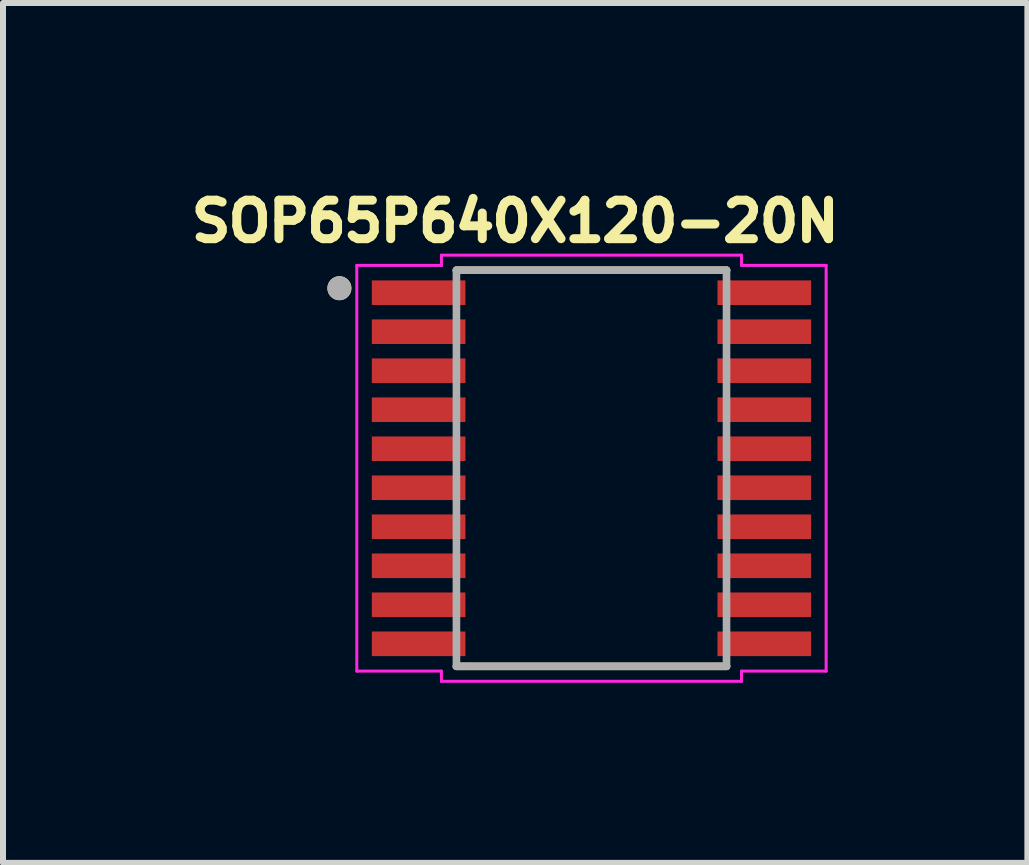
<source format=kicad_pcb>
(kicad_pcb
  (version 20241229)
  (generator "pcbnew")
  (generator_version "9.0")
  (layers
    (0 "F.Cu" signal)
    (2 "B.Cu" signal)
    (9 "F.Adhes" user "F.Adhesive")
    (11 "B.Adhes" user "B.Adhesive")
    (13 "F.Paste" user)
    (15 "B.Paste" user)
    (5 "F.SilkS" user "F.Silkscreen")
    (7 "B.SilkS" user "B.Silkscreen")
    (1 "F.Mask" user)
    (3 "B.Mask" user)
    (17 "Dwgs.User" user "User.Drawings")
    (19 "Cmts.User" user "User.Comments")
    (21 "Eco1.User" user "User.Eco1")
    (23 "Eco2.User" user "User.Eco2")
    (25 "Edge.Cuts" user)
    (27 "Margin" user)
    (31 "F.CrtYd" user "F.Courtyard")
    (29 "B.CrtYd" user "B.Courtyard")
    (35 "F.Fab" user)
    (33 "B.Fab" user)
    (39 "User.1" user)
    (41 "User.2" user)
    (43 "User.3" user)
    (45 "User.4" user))
  (footprint "SOP65P640X120-20N"
    (layer "F.Cu")
    (at 6.805 4.752)
    (property "Reference" "SOP65P640X120-20N" (at -1.27 -4.114 0) (layer "F.SilkS") (effects (font (size 0.641 0.641) (thickness 0.15))))
    (attr smd)
    (fp_line (start -2.25 3.3) (end 2.25 3.3) (stroke (width 0.127) (type solid)) (layer "F.SilkS"))
    (fp_line (start 2.25 -3.3) (end -2.25 -3.3) (stroke (width 0.127) (type solid)) (layer "F.SilkS"))
    (fp_circle (center -4.2 -3) (end -4.1 -3) (stroke (width 0.2) (type solid)) (fill no) (layer "F.SilkS"))
    (fp_line (start -3.91 -3.38) (end -2.5 -3.38) (stroke (width 0.05) (type solid)) (layer "F.CrtYd"))
    (fp_line (start -3.91 3.38) (end -3.91 -3.38) (stroke (width 0.05) (type solid)) (layer "F.CrtYd"))
    (fp_line (start -2.5 -3.55) (end 2.5 -3.55) (stroke (width 0.05) (type solid)) (layer "F.CrtYd"))
    (fp_line (start -2.5 -3.38) (end -2.5 -3.55) (stroke (width 0.05) (type solid)) (layer "F.CrtYd"))
    (fp_line (start -2.5 3.38) (end -3.91 3.38) (stroke (width 0.05) (type solid)) (layer "F.CrtYd"))
    (fp_line (start -2.5 3.55) (end -2.5 3.38) (stroke (width 0.05) (type solid)) (layer "F.CrtYd"))
    (fp_line (start 2.5 -3.55) (end 2.5 -3.38) (stroke (width 0.05) (type solid)) (layer "F.CrtYd"))
    (fp_line (start 2.5 -3.38) (end 3.91 -3.38) (stroke (width 0.05) (type solid)) (layer "F.CrtYd"))
    (fp_line (start 2.5 3.38) (end 2.5 3.55) (stroke (width 0.05) (type solid)) (layer "F.CrtYd"))
    (fp_line (start 2.5 3.55) (end -2.5 3.55) (stroke (width 0.05) (type solid)) (layer "F.CrtYd"))
    (fp_line (start 3.91 -3.38) (end 3.91 3.38) (stroke (width 0.05) (type solid)) (layer "F.CrtYd"))
    (fp_line (start 3.91 3.38) (end 2.5 3.38) (stroke (width 0.05) (type solid)) (layer "F.CrtYd"))
    (fp_line (start -2.25 -3.3) (end 2.25 -3.3) (stroke (width 0.127) (type solid)) (layer "F.Fab"))
    (fp_line (start -2.25 3.3) (end -2.25 -3.3) (stroke (width 0.127) (type solid)) (layer "F.Fab"))
    (fp_line (start 2.25 -3.3) (end 2.25 3.3) (stroke (width 0.127) (type solid)) (layer "F.Fab"))
    (fp_line (start 2.25 3.3) (end -2.25 3.3) (stroke (width 0.127) (type solid)) (layer "F.Fab"))
    (fp_circle (center -4.2 -3) (end -4.1 -3) (stroke (width 0.2) (type solid)) (fill no) (layer "F.Fab"))
    (pad "1" smd rect (at -2.88 -2.925) (size 1.56 0.41) (layers "F.Cu" "F.Mask" "F.Paste"))
    (pad "2" smd rect (at -2.88 -2.275) (size 1.56 0.41) (layers "F.Cu" "F.Mask" "F.Paste"))
    (pad "3" smd rect (at -2.88 -1.625) (size 1.56 0.41) (layers "F.Cu" "F.Mask" "F.Paste"))
    (pad "4" smd rect (at -2.88 -0.975) (size 1.56 0.41) (layers "F.Cu" "F.Mask" "F.Paste"))
    (pad "5" smd rect (at -2.88 -0.325) (size 1.56 0.41) (layers "F.Cu" "F.Mask" "F.Paste"))
    (pad "6" smd rect (at -2.88 0.325) (size 1.56 0.41) (layers "F.Cu" "F.Mask" "F.Paste"))
    (pad "7" smd rect (at -2.88 0.975) (size 1.56 0.41) (layers "F.Cu" "F.Mask" "F.Paste"))
    (pad "8" smd rect (at -2.88 1.625) (size 1.56 0.41) (layers "F.Cu" "F.Mask" "F.Paste"))
    (pad "9" smd rect (at -2.88 2.275) (size 1.56 0.41) (layers "F.Cu" "F.Mask" "F.Paste"))
    (pad "10" smd rect (at -2.88 2.925) (size 1.56 0.41) (layers "F.Cu" "F.Mask" "F.Paste"))
    (pad "11" smd rect (at 2.88 2.925) (size 1.56 0.41) (layers "F.Cu" "F.Mask" "F.Paste"))
    (pad "12" smd rect (at 2.88 2.275) (size 1.56 0.41) (layers "F.Cu" "F.Mask" "F.Paste"))
    (pad "13" smd rect (at 2.88 1.625) (size 1.56 0.41) (layers "F.Cu" "F.Mask" "F.Paste"))
    (pad "14" smd rect (at 2.88 0.975) (size 1.56 0.41) (layers "F.Cu" "F.Mask" "F.Paste"))
    (pad "15" smd rect (at 2.88 0.325) (size 1.56 0.41) (layers "F.Cu" "F.Mask" "F.Paste"))
    (pad "16" smd rect (at 2.88 -0.325) (size 1.56 0.41) (layers "F.Cu" "F.Mask" "F.Paste"))
    (pad "17" smd rect (at 2.88 -0.975) (size 1.56 0.41) (layers "F.Cu" "F.Mask" "F.Paste"))
    (pad "18" smd rect (at 2.88 -1.625) (size 1.56 0.41) (layers "F.Cu" "F.Mask" "F.Paste"))
    (pad "19" smd rect (at 2.88 -2.275) (size 1.56 0.41) (layers "F.Cu" "F.Mask" "F.Paste"))
    (pad "20" smd rect (at 2.88 -2.925) (size 1.56 0.41) (layers "F.Cu" "F.Mask" "F.Paste")))
  (gr_rect
    (start -3 -3)
    (end 14.068 11.327)
    (stroke (width 0.1) (type default))
    (fill no)
    (layer "Edge.Cuts")))
</source>
